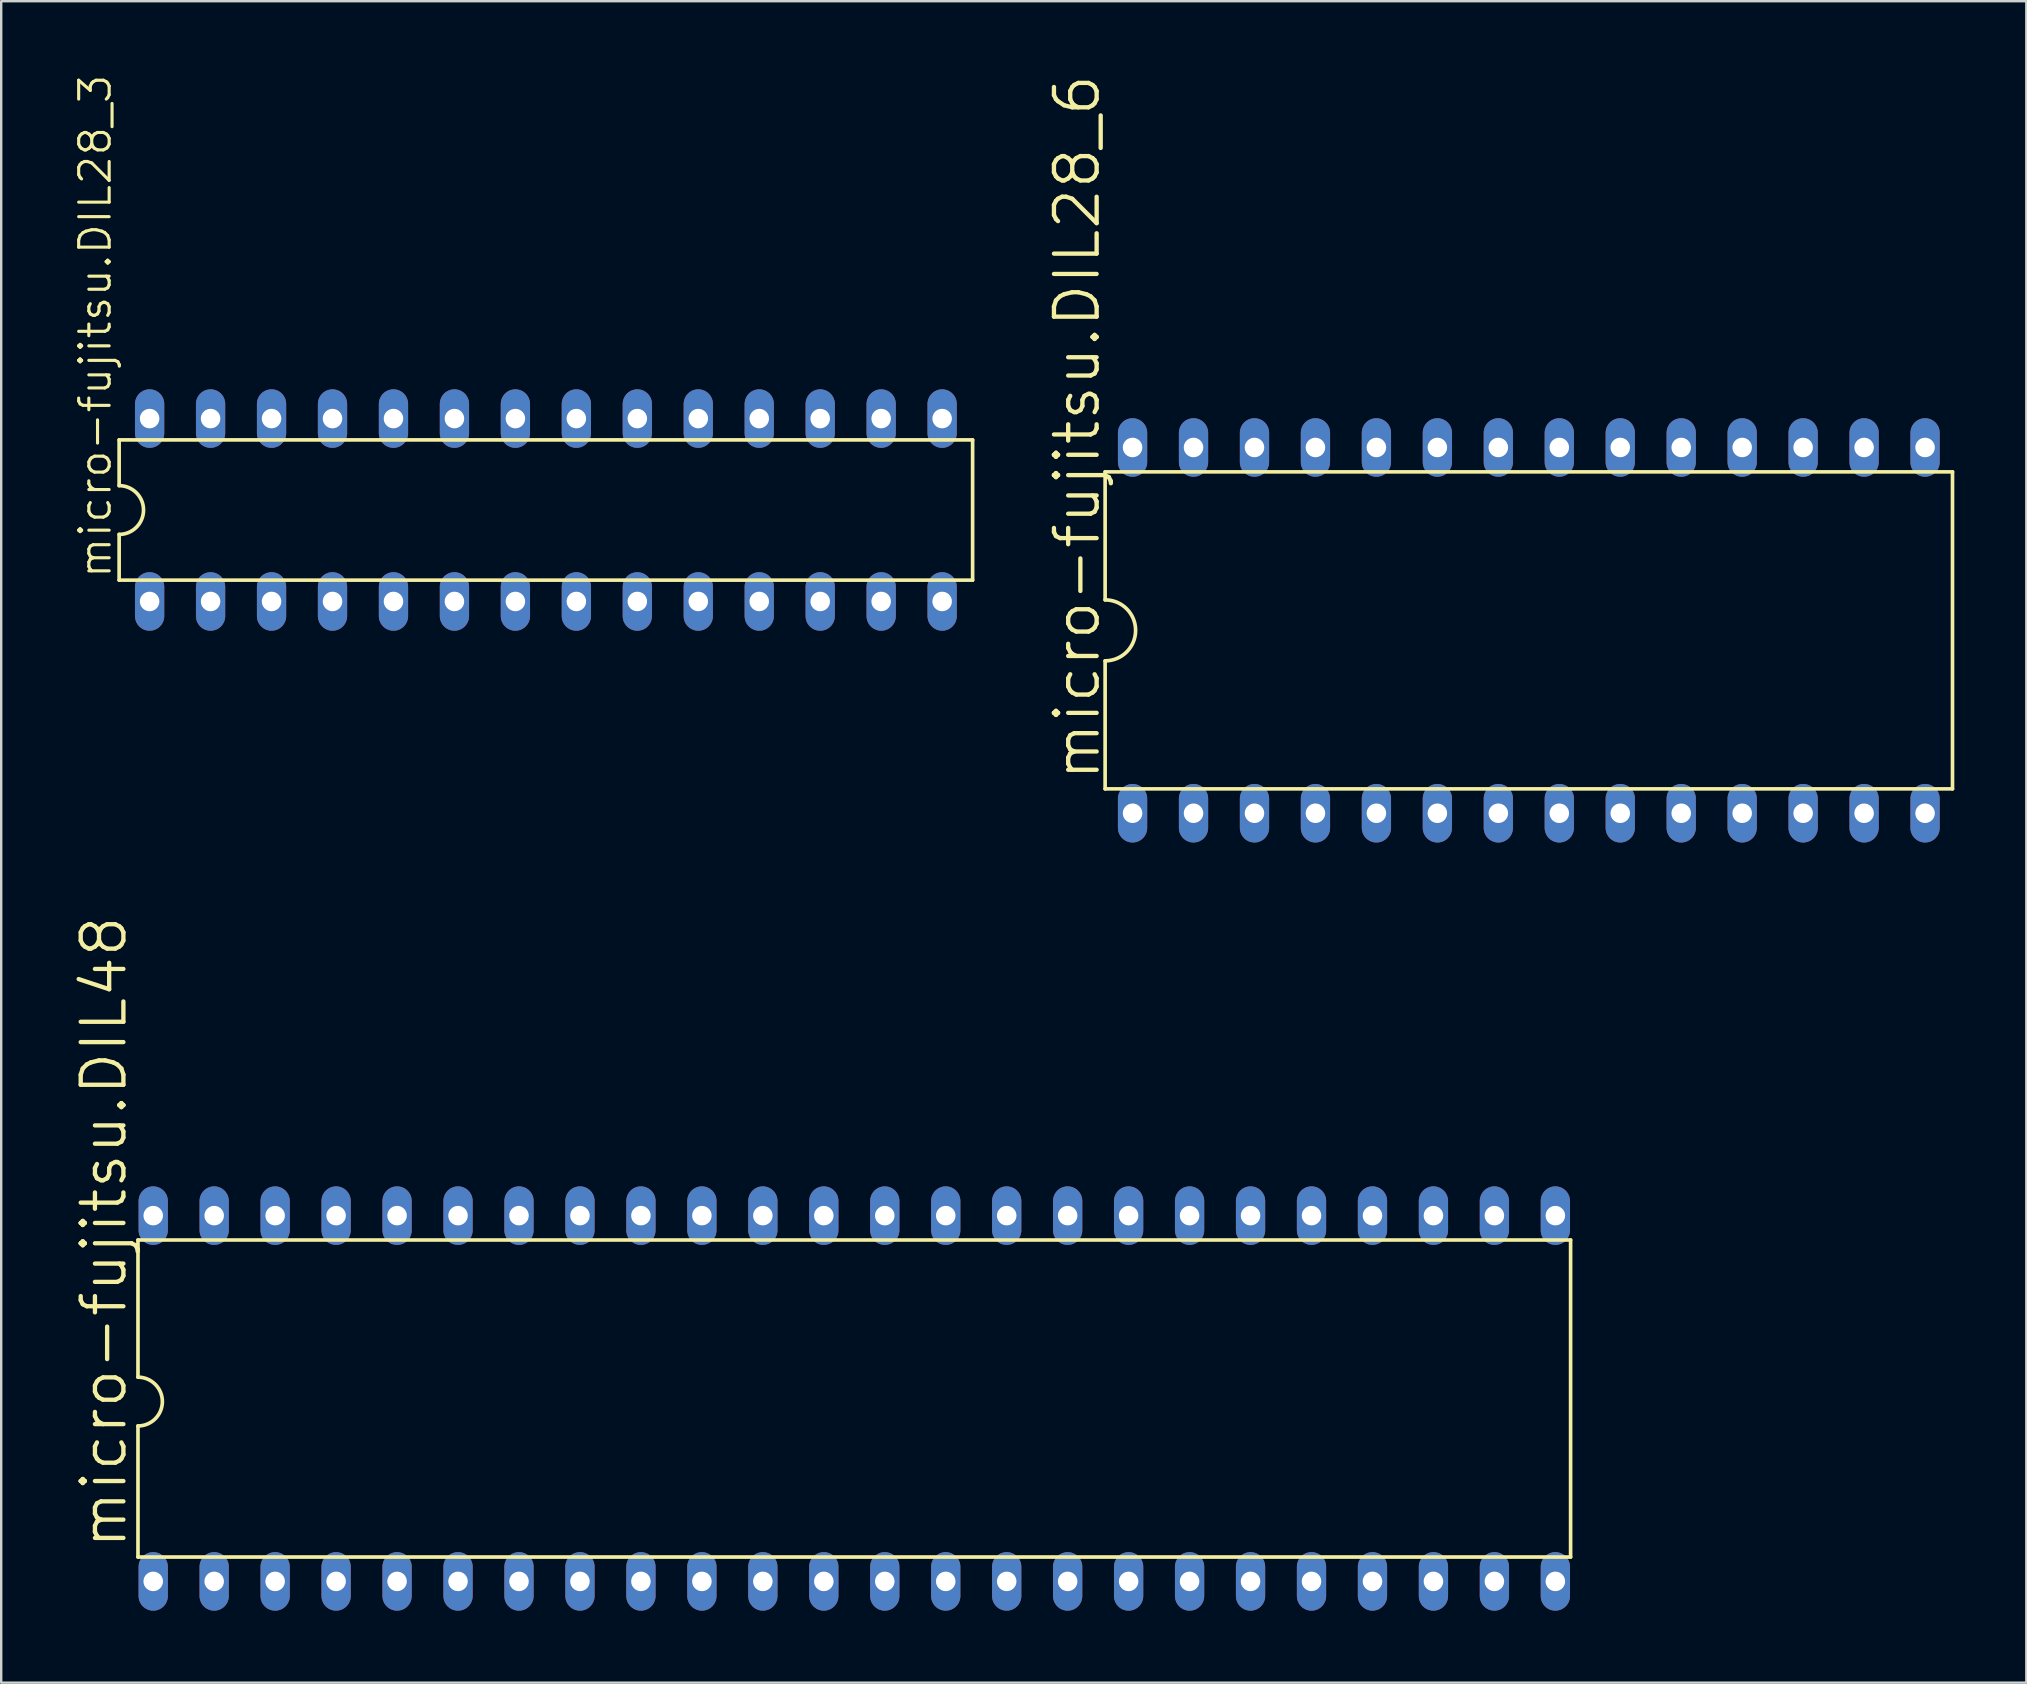
<source format=kicad_pcb>
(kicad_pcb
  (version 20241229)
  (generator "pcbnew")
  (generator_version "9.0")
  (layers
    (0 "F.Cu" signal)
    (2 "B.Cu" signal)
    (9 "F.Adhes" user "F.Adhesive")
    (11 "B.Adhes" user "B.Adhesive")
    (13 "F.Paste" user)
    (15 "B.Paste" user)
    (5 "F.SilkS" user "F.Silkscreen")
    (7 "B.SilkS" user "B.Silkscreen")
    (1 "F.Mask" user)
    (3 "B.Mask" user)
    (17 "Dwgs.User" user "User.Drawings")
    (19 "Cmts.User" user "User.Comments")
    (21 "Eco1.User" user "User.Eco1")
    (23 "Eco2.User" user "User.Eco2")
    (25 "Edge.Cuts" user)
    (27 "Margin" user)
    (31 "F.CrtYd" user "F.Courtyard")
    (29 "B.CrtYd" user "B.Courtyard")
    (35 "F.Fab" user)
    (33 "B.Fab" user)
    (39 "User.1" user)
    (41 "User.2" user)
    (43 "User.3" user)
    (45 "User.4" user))
  (footprint "micro-fujitsu.DIL48"
    (layer "F.Cu")
    (at 32.544 55.219)
    (property "Reference" "micro-fujitsu.DIL48" (at -30.226 6.35 90) (layer "F.SilkS") (effects (font (size 1.778 1.778) (thickness 0.18)) (justify left bottom)))
    (attr through_hole)
    (fp_line (start -29.845 -6.604) (end -29.845 -0.889) (stroke (width 0.152) (type default)) (layer "F.SilkS"))
    (fp_line (start -29.845 6.604) (end -29.845 1.143) (stroke (width 0.152) (type default)) (layer "F.SilkS"))
    (fp_line (start -29.845 6.604) (end 29.845 6.604) (stroke (width 0.152) (type default)) (layer "F.SilkS"))
    (fp_line (start 29.845 -6.604) (end -29.845 -6.604) (stroke (width 0.152) (type default)) (layer "F.SilkS"))
    (fp_line (start 29.845 6.604) (end 29.845 -6.604) (stroke (width 0.152) (type default)) (layer "F.SilkS"))
    (fp_arc (start -29.845 -0.889) (mid -28.829 0.127) (end -29.845 1.143) (stroke (width 0.1524) (type default)) (layer "F.SilkS"))
    (pad "1" thru_hole oval (at -29.21 7.62 90) (size 2.438 1.219) (drill 0.813) (layers "*.Cu" "*.Mask"))
    (pad "2" thru_hole oval (at -26.67 7.62 90) (size 2.438 1.219) (drill 0.813) (layers "*.Cu" "*.Mask"))
    (pad "3" thru_hole oval (at -24.13 7.62 90) (size 2.438 1.219) (drill 0.813) (layers "*.Cu" "*.Mask"))
    (pad "4" thru_hole oval (at -21.59 7.62 90) (size 2.438 1.219) (drill 0.813) (layers "*.Cu" "*.Mask"))
    (pad "5" thru_hole oval (at -19.05 7.62 90) (size 2.438 1.219) (drill 0.813) (layers "*.Cu" "*.Mask"))
    (pad "6" thru_hole oval (at -16.51 7.62 90) (size 2.438 1.219) (drill 0.813) (layers "*.Cu" "*.Mask"))
    (pad "7" thru_hole oval (at -13.97 7.62 90) (size 2.438 1.219) (drill 0.813) (layers "*.Cu" "*.Mask"))
    (pad "8" thru_hole oval (at -11.43 7.62 90) (size 2.438 1.219) (drill 0.813) (layers "*.Cu" "*.Mask"))
    (pad "9" thru_hole oval (at -8.89 7.62 90) (size 2.438 1.219) (drill 0.813) (layers "*.Cu" "*.Mask"))
    (pad "10" thru_hole oval (at -6.35 7.62 90) (size 2.438 1.219) (drill 0.813) (layers "*.Cu" "*.Mask"))
    (pad "11" thru_hole oval (at -3.81 7.62 90) (size 2.438 1.219) (drill 0.813) (layers "*.Cu" "*.Mask"))
    (pad "12" thru_hole oval (at -1.27 7.62 90) (size 2.438 1.219) (drill 0.813) (layers "*.Cu" "*.Mask"))
    (pad "13" thru_hole oval (at 1.27 7.62 90) (size 2.438 1.219) (drill 0.813) (layers "*.Cu" "*.Mask"))
    (pad "14" thru_hole oval (at 3.81 7.62 90) (size 2.438 1.219) (drill 0.813) (layers "*.Cu" "*.Mask"))
    (pad "15" thru_hole oval (at 6.35 7.62 90) (size 2.438 1.219) (drill 0.813) (layers "*.Cu" "*.Mask"))
    (pad "16" thru_hole oval (at 8.89 7.62 90) (size 2.438 1.219) (drill 0.813) (layers "*.Cu" "*.Mask"))
    (pad "17" thru_hole oval (at 11.43 7.62 90) (size 2.438 1.219) (drill 0.813) (layers "*.Cu" "*.Mask"))
    (pad "18" thru_hole oval (at 13.97 7.62 90) (size 2.438 1.219) (drill 0.813) (layers "*.Cu" "*.Mask"))
    (pad "19" thru_hole oval (at 16.51 7.62 90) (size 2.438 1.219) (drill 0.813) (layers "*.Cu" "*.Mask"))
    (pad "20" thru_hole oval (at 19.05 7.62 90) (size 2.438 1.219) (drill 0.813) (layers "*.Cu" "*.Mask"))
    (pad "21" thru_hole oval (at 21.59 7.62 90) (size 2.438 1.219) (drill 0.813) (layers "*.Cu" "*.Mask"))
    (pad "22" thru_hole oval (at 24.13 7.62 90) (size 2.438 1.219) (drill 0.813) (layers "*.Cu" "*.Mask"))
    (pad "23" thru_hole oval (at 26.67 7.62 90) (size 2.438 1.219) (drill 0.813) (layers "*.Cu" "*.Mask"))
    (pad "24" thru_hole oval (at 29.21 7.62 90) (size 2.438 1.219) (drill 0.813) (layers "*.Cu" "*.Mask"))
    (pad "25" thru_hole oval (at 29.21 -7.62 90) (size 2.438 1.219) (drill 0.813) (layers "*.Cu" "*.Mask"))
    (pad "26" thru_hole oval (at 26.67 -7.62 90) (size 2.438 1.219) (drill 0.813) (layers "*.Cu" "*.Mask"))
    (pad "27" thru_hole oval (at 24.13 -7.62 90) (size 2.438 1.219) (drill 0.813) (layers "*.Cu" "*.Mask"))
    (pad "28" thru_hole oval (at 21.59 -7.62 90) (size 2.438 1.219) (drill 0.813) (layers "*.Cu" "*.Mask"))
    (pad "29" thru_hole oval (at 19.05 -7.62 90) (size 2.438 1.219) (drill 0.813) (layers "*.Cu" "*.Mask"))
    (pad "30" thru_hole oval (at 16.51 -7.62 90) (size 2.438 1.219) (drill 0.813) (layers "*.Cu" "*.Mask"))
    (pad "31" thru_hole oval (at 13.97 -7.62 90) (size 2.438 1.219) (drill 0.813) (layers "*.Cu" "*.Mask"))
    (pad "32" thru_hole oval (at 11.43 -7.62 90) (size 2.438 1.219) (drill 0.813) (layers "*.Cu" "*.Mask"))
    (pad "33" thru_hole oval (at 8.89 -7.62 90) (size 2.438 1.219) (drill 0.813) (layers "*.Cu" "*.Mask"))
    (pad "34" thru_hole oval (at 6.35 -7.62 90) (size 2.438 1.219) (drill 0.813) (layers "*.Cu" "*.Mask"))
    (pad "35" thru_hole oval (at 3.81 -7.62 90) (size 2.438 1.219) (drill 0.813) (layers "*.Cu" "*.Mask"))
    (pad "36" thru_hole oval (at 1.27 -7.62 90) (size 2.438 1.219) (drill 0.813) (layers "*.Cu" "*.Mask"))
    (pad "37" thru_hole oval (at -1.27 -7.62 90) (size 2.438 1.219) (drill 0.813) (layers "*.Cu" "*.Mask"))
    (pad "38" thru_hole oval (at -3.81 -7.62 90) (size 2.438 1.219) (drill 0.813) (layers "*.Cu" "*.Mask"))
    (pad "39" thru_hole oval (at -6.35 -7.62 90) (size 2.438 1.219) (drill 0.813) (layers "*.Cu" "*.Mask"))
    (pad "40" thru_hole oval (at -8.89 -7.62 90) (size 2.438 1.219) (drill 0.813) (layers "*.Cu" "*.Mask"))
    (pad "41" thru_hole oval (at -11.43 -7.62 90) (size 2.438 1.219) (drill 0.813) (layers "*.Cu" "*.Mask"))
    (pad "42" thru_hole oval (at -13.97 -7.62 90) (size 2.438 1.219) (drill 0.813) (layers "*.Cu" "*.Mask"))
    (pad "43" thru_hole oval (at -16.51 -7.62 90) (size 2.438 1.219) (drill 0.813) (layers "*.Cu" "*.Mask"))
    (pad "44" thru_hole oval (at -19.05 -7.62 90) (size 2.438 1.219) (drill 0.813) (layers "*.Cu" "*.Mask"))
    (pad "45" thru_hole oval (at -21.59 -7.62 90) (size 2.438 1.219) (drill 0.813) (layers "*.Cu" "*.Mask"))
    (pad "46" thru_hole oval (at -24.13 -7.62 90) (size 2.438 1.219) (drill 0.813) (layers "*.Cu" "*.Mask"))
    (pad "47" thru_hole oval (at -26.67 -7.62 90) (size 2.438 1.219) (drill 0.813) (layers "*.Cu" "*.Mask"))
    (pad "48" thru_hole oval (at -29.21 -7.62 90) (size 2.438 1.219) (drill 0.813) (layers "*.Cu" "*.Mask")))
  (footprint "micro-fujitsu.DIL28_3"
    (layer "F.Cu")
    (at 19.694 18.2)
    (property "Reference" "micro-fujitsu.DIL28_3" (at -18.034 2.921 90) (layer "F.SilkS") (effects (font (size 1.27 1.27) (thickness 0.13)) (justify left bottom)))
    (attr through_hole)
    (fp_line (start -17.78 -2.921) (end -17.78 -1.016) (stroke (width 0.152) (type default)) (layer "F.SilkS"))
    (fp_line (start -17.78 2.921) (end -17.78 1.016) (stroke (width 0.152) (type default)) (layer "F.SilkS"))
    (fp_line (start -17.78 2.921) (end 17.78 2.921) (stroke (width 0.152) (type default)) (layer "F.SilkS"))
    (fp_line (start 17.78 -2.921) (end -17.78 -2.921) (stroke (width 0.152) (type default)) (layer "F.SilkS"))
    (fp_line (start 17.78 -2.921) (end 17.78 2.921) (stroke (width 0.152) (type default)) (layer "F.SilkS"))
    (fp_arc (start -17.78 -1.016) (mid -16.764 0) (end -17.78 1.016) (stroke (width 0.1524) (type default)) (layer "F.SilkS"))
    (pad "1" thru_hole oval (at -16.51 3.81 90) (size 2.438 1.219) (drill 0.813) (layers "*.Cu" "*.Mask"))
    (pad "2" thru_hole oval (at -13.97 3.81 90) (size 2.438 1.219) (drill 0.813) (layers "*.Cu" "*.Mask"))
    (pad "3" thru_hole oval (at -11.43 3.81 90) (size 2.438 1.219) (drill 0.813) (layers "*.Cu" "*.Mask"))
    (pad "4" thru_hole oval (at -8.89 3.81 90) (size 2.438 1.219) (drill 0.813) (layers "*.Cu" "*.Mask"))
    (pad "5" thru_hole oval (at -6.35 3.81 90) (size 2.438 1.219) (drill 0.813) (layers "*.Cu" "*.Mask"))
    (pad "6" thru_hole oval (at -3.81 3.81 90) (size 2.438 1.219) (drill 0.813) (layers "*.Cu" "*.Mask"))
    (pad "7" thru_hole oval (at -1.27 3.81 90) (size 2.438 1.219) (drill 0.813) (layers "*.Cu" "*.Mask"))
    (pad "8" thru_hole oval (at 1.27 3.81 90) (size 2.438 1.219) (drill 0.813) (layers "*.Cu" "*.Mask"))
    (pad "9" thru_hole oval (at 3.81 3.81 90) (size 2.438 1.219) (drill 0.813) (layers "*.Cu" "*.Mask"))
    (pad "10" thru_hole oval (at 6.35 3.81 90) (size 2.438 1.219) (drill 0.813) (layers "*.Cu" "*.Mask"))
    (pad "11" thru_hole oval (at 8.89 3.81 90) (size 2.438 1.219) (drill 0.813) (layers "*.Cu" "*.Mask"))
    (pad "12" thru_hole oval (at 11.43 3.81 90) (size 2.438 1.219) (drill 0.813) (layers "*.Cu" "*.Mask"))
    (pad "13" thru_hole oval (at 13.97 3.81 90) (size 2.438 1.219) (drill 0.813) (layers "*.Cu" "*.Mask"))
    (pad "14" thru_hole oval (at 16.51 3.81 90) (size 2.438 1.219) (drill 0.813) (layers "*.Cu" "*.Mask"))
    (pad "15" thru_hole oval (at 16.51 -3.81 90) (size 2.438 1.219) (drill 0.813) (layers "*.Cu" "*.Mask"))
    (pad "16" thru_hole oval (at 13.97 -3.81 90) (size 2.438 1.219) (drill 0.813) (layers "*.Cu" "*.Mask"))
    (pad "17" thru_hole oval (at 11.43 -3.81 90) (size 2.438 1.219) (drill 0.813) (layers "*.Cu" "*.Mask"))
    (pad "18" thru_hole oval (at 8.89 -3.81 90) (size 2.438 1.219) (drill 0.813) (layers "*.Cu" "*.Mask"))
    (pad "19" thru_hole oval (at 6.35 -3.81 90) (size 2.438 1.219) (drill 0.813) (layers "*.Cu" "*.Mask"))
    (pad "20" thru_hole oval (at 3.81 -3.81 90) (size 2.438 1.219) (drill 0.813) (layers "*.Cu" "*.Mask"))
    (pad "21" thru_hole oval (at 1.27 -3.81 90) (size 2.438 1.219) (drill 0.813) (layers "*.Cu" "*.Mask"))
    (pad "22" thru_hole oval (at -1.27 -3.81 90) (size 2.438 1.219) (drill 0.813) (layers "*.Cu" "*.Mask"))
    (pad "23" thru_hole oval (at -3.81 -3.81 90) (size 2.438 1.219) (drill 0.813) (layers "*.Cu" "*.Mask"))
    (pad "24" thru_hole oval (at -6.35 -3.81 90) (size 2.438 1.219) (drill 0.813) (layers "*.Cu" "*.Mask"))
    (pad "25" thru_hole oval (at -8.89 -3.81 90) (size 2.438 1.219) (drill 0.813) (layers "*.Cu" "*.Mask"))
    (pad "26" thru_hole oval (at -11.43 -3.81 90) (size 2.438 1.219) (drill 0.813) (layers "*.Cu" "*.Mask"))
    (pad "27" thru_hole oval (at -13.97 -3.81 90) (size 2.438 1.219) (drill 0.813) (layers "*.Cu" "*.Mask"))
    (pad "28" thru_hole oval (at -16.51 -3.81 90) (size 2.438 1.219) (drill 0.813) (layers "*.Cu" "*.Mask")))
  (footprint "micro-fujitsu.DIL28_6"
    (layer "F.Cu")
    (at 60.648 23.214)
    (property "Reference" "micro-fujitsu.DIL28_6" (at -17.78 6.35 90) (layer "F.SilkS") (effects (font (size 1.778 1.778) (thickness 0.18)) (justify left bottom)))
    (attr through_hole)
    (fp_line (start -17.653 -6.604) (end -17.653 -1.27) (stroke (width 0.152) (type default)) (layer "F.SilkS"))
    (fp_line (start -17.653 -6.604) (end 17.653 -6.604) (stroke (width 0.152) (type default)) (layer "F.SilkS"))
    (fp_line (start -17.653 1.27) (end -17.653 6.604) (stroke (width 0.152) (type default)) (layer "F.SilkS"))
    (fp_line (start -17.653 6.604) (end 17.653 6.604) (stroke (width 0.152) (type default)) (layer "F.SilkS"))
    (fp_line (start 17.653 6.604) (end 17.653 -6.604) (stroke (width 0.152) (type default)) (layer "F.SilkS"))
    (fp_arc (start -17.653 -1.27) (mid -16.383 0) (end -17.653 1.27) (stroke (width 0.1524) (type default)) (layer "F.SilkS"))
    (pad "1" thru_hole oval (at -16.51 7.62 90) (size 2.438 1.219) (drill 0.813) (layers "*.Cu" "*.Mask"))
    (pad "2" thru_hole oval (at -13.97 7.62 90) (size 2.438 1.219) (drill 0.813) (layers "*.Cu" "*.Mask"))
    (pad "3" thru_hole oval (at -11.43 7.62 90) (size 2.438 1.219) (drill 0.813) (layers "*.Cu" "*.Mask"))
    (pad "4" thru_hole oval (at -8.89 7.62 90) (size 2.438 1.219) (drill 0.813) (layers "*.Cu" "*.Mask"))
    (pad "5" thru_hole oval (at -6.35 7.62 90) (size 2.438 1.219) (drill 0.813) (layers "*.Cu" "*.Mask"))
    (pad "6" thru_hole oval (at -3.81 7.62 90) (size 2.438 1.219) (drill 0.813) (layers "*.Cu" "*.Mask"))
    (pad "7" thru_hole oval (at -1.27 7.62 90) (size 2.438 1.219) (drill 0.813) (layers "*.Cu" "*.Mask"))
    (pad "8" thru_hole oval (at 1.27 7.62 90) (size 2.438 1.219) (drill 0.813) (layers "*.Cu" "*.Mask"))
    (pad "9" thru_hole oval (at 3.81 7.62 90) (size 2.438 1.219) (drill 0.813) (layers "*.Cu" "*.Mask"))
    (pad "10" thru_hole oval (at 6.35 7.62 90) (size 2.438 1.219) (drill 0.813) (layers "*.Cu" "*.Mask"))
    (pad "11" thru_hole oval (at 8.89 7.62 90) (size 2.438 1.219) (drill 0.813) (layers "*.Cu" "*.Mask"))
    (pad "12" thru_hole oval (at 11.43 7.62 90) (size 2.438 1.219) (drill 0.813) (layers "*.Cu" "*.Mask"))
    (pad "13" thru_hole oval (at 13.97 7.62 90) (size 2.438 1.219) (drill 0.813) (layers "*.Cu" "*.Mask"))
    (pad "14" thru_hole oval (at 16.51 7.62 90) (size 2.438 1.219) (drill 0.813) (layers "*.Cu" "*.Mask"))
    (pad "15" thru_hole oval (at 16.51 -7.62 90) (size 2.438 1.219) (drill 0.813) (layers "*.Cu" "*.Mask"))
    (pad "16" thru_hole oval (at 13.97 -7.62 90) (size 2.438 1.219) (drill 0.813) (layers "*.Cu" "*.Mask"))
    (pad "17" thru_hole oval (at 11.43 -7.62 90) (size 2.438 1.219) (drill 0.813) (layers "*.Cu" "*.Mask"))
    (pad "18" thru_hole oval (at 8.89 -7.62 90) (size 2.438 1.219) (drill 0.813) (layers "*.Cu" "*.Mask"))
    (pad "19" thru_hole oval (at 6.35 -7.62 90) (size 2.438 1.219) (drill 0.813) (layers "*.Cu" "*.Mask"))
    (pad "20" thru_hole oval (at 3.81 -7.62 90) (size 2.438 1.219) (drill 0.813) (layers "*.Cu" "*.Mask"))
    (pad "21" thru_hole oval (at 1.27 -7.62 90) (size 2.438 1.219) (drill 0.813) (layers "*.Cu" "*.Mask"))
    (pad "22" thru_hole oval (at -1.27 -7.62 90) (size 2.438 1.219) (drill 0.813) (layers "*.Cu" "*.Mask"))
    (pad "23" thru_hole oval (at -3.81 -7.62 90) (size 2.438 1.219) (drill 0.813) (layers "*.Cu" "*.Mask"))
    (pad "24" thru_hole oval (at -6.35 -7.62 90) (size 2.438 1.219) (drill 0.813) (layers "*.Cu" "*.Mask"))
    (pad "25" thru_hole oval (at -8.89 -7.62 90) (size 2.438 1.219) (drill 0.813) (layers "*.Cu" "*.Mask"))
    (pad "26" thru_hole oval (at -11.43 -7.62 90) (size 2.438 1.219) (drill 0.813) (layers "*.Cu" "*.Mask"))
    (pad "27" thru_hole oval (at -13.97 -7.62 90) (size 2.438 1.219) (drill 0.813) (layers "*.Cu" "*.Mask"))
    (pad "28" thru_hole oval (at -16.51 -7.62 90) (size 2.438 1.219) (drill 0.813) (layers "*.Cu" "*.Mask")))
  (gr_rect
    (start -3 -3)
    (end 81.377 67.058)
    (stroke (width 0.1) (type default))
    (fill no)
    (layer "Edge.Cuts")))
</source>
